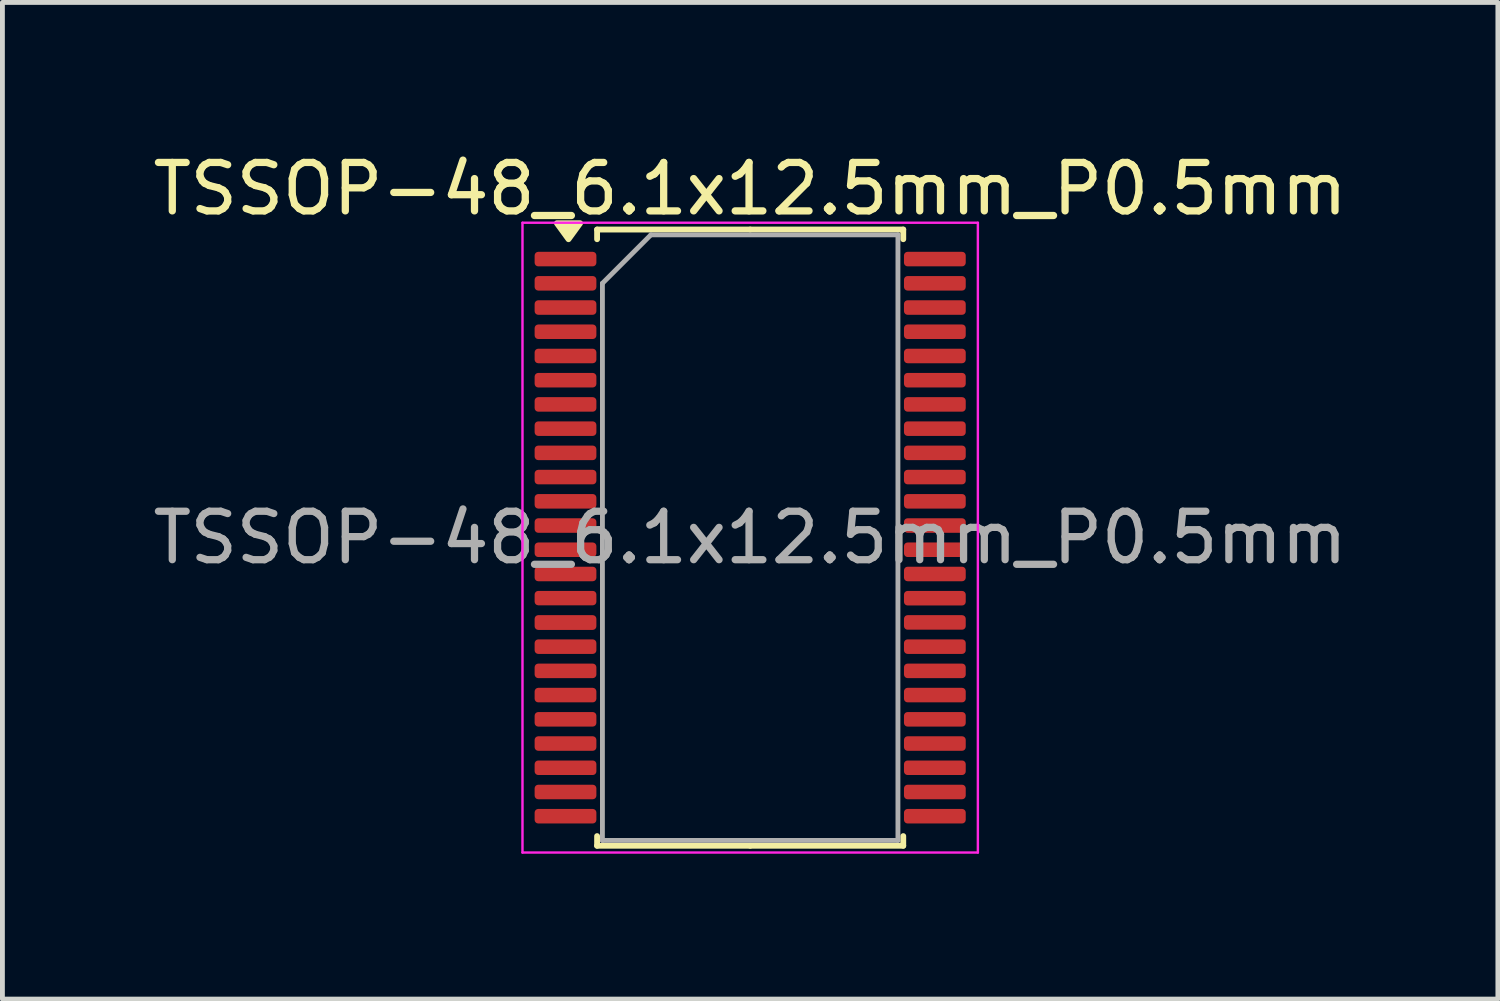
<source format=kicad_pcb>
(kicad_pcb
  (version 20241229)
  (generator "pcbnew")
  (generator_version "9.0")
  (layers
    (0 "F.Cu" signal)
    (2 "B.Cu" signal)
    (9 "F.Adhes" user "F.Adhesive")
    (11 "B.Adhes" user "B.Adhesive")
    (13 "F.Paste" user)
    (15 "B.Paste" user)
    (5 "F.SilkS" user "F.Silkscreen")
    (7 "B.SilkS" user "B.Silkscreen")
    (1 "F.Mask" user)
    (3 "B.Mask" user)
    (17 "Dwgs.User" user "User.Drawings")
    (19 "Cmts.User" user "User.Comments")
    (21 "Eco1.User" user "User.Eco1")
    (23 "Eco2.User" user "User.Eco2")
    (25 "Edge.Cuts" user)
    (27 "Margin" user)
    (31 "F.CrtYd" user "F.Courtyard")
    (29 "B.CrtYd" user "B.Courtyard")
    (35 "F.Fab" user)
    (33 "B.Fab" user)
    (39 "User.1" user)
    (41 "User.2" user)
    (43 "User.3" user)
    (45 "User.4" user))
  (footprint "TSSOP-48_6.1x12.5mm_P0.5mm"
    (layer "F.Cu")
    (at 12.435 8.048)
    (property "Reference" "TSSOP-48_6.1x12.5mm_P0.5mm" (at 0 -7.2 0) (layer "F.SilkS") (effects (font (size 1 1) (thickness 0.15))))
    (attr smd)
    (fp_line (start -3.16 -6.36) (end -3.16 -6.16) (stroke (width 0.12) (type solid)) (layer "F.SilkS"))
    (fp_line (start -3.16 6.36) (end -3.16 6.16) (stroke (width 0.12) (type solid)) (layer "F.SilkS"))
    (fp_line (start 0 -6.36) (end -3.16 -6.36) (stroke (width 0.12) (type solid)) (layer "F.SilkS"))
    (fp_line (start 0 -6.36) (end 3.16 -6.36) (stroke (width 0.12) (type solid)) (layer "F.SilkS"))
    (fp_line (start 0 6.36) (end -3.16 6.36) (stroke (width 0.12) (type solid)) (layer "F.SilkS"))
    (fp_line (start 0 6.36) (end 3.16 6.36) (stroke (width 0.12) (type solid)) (layer "F.SilkS"))
    (fp_line (start 3.16 -6.36) (end 3.16 -6.16) (stroke (width 0.12) (type solid)) (layer "F.SilkS"))
    (fp_line (start 3.16 6.36) (end 3.16 6.16) (stroke (width 0.12) (type solid)) (layer "F.SilkS"))
    (fp_poly (pts (xy -3.75 -6.16) (xy -3.99 -6.49) (xy -3.51 -6.49) (xy -3.75 -6.16)) (stroke (width 0.12) (type solid)) (fill yes) (layer "F.SilkS"))
    (fp_line (start -4.7 -6.5) (end -4.7 6.5) (stroke (width 0.05) (type solid)) (layer "F.CrtYd"))
    (fp_line (start -4.7 6.5) (end 4.7 6.5) (stroke (width 0.05) (type solid)) (layer "F.CrtYd"))
    (fp_line (start 4.7 -6.5) (end -4.7 -6.5) (stroke (width 0.05) (type solid)) (layer "F.CrtYd"))
    (fp_line (start 4.7 6.5) (end 4.7 -6.5) (stroke (width 0.05) (type solid)) (layer "F.CrtYd"))
    (fp_line (start -3.05 -5.25) (end -2.05 -6.25) (stroke (width 0.1) (type solid)) (layer "F.Fab"))
    (fp_line (start -3.05 6.25) (end -3.05 -5.25) (stroke (width 0.1) (type solid)) (layer "F.Fab"))
    (fp_line (start -2.05 -6.25) (end 3.05 -6.25) (stroke (width 0.1) (type solid)) (layer "F.Fab"))
    (fp_line (start 3.05 -6.25) (end 3.05 6.25) (stroke (width 0.1) (type solid)) (layer "F.Fab"))
    (fp_line (start 3.05 6.25) (end -3.05 6.25) (stroke (width 0.1) (type solid)) (layer "F.Fab"))
    (fp_text user "${REFERENCE}" (at 0 0 0) (layer "F.Fab") (effects (font (size 1 1) (thickness 0.15))))
    (pad "1" smd roundrect (at -3.812 -5.75) (size 1.275 0.3) (layers "F.Cu" "F.Mask" "F.Paste") (roundrect_rratio 0.25))
    (pad "2" smd roundrect (at -3.812 -5.25) (size 1.275 0.3) (layers "F.Cu" "F.Mask" "F.Paste") (roundrect_rratio 0.25))
    (pad "3" smd roundrect (at -3.812 -4.75) (size 1.275 0.3) (layers "F.Cu" "F.Mask" "F.Paste") (roundrect_rratio 0.25))
    (pad "4" smd roundrect (at -3.812 -4.25) (size 1.275 0.3) (layers "F.Cu" "F.Mask" "F.Paste") (roundrect_rratio 0.25))
    (pad "5" smd roundrect (at -3.812 -3.75) (size 1.275 0.3) (layers "F.Cu" "F.Mask" "F.Paste") (roundrect_rratio 0.25))
    (pad "6" smd roundrect (at -3.812 -3.25) (size 1.275 0.3) (layers "F.Cu" "F.Mask" "F.Paste") (roundrect_rratio 0.25))
    (pad "7" smd roundrect (at -3.812 -2.75) (size 1.275 0.3) (layers "F.Cu" "F.Mask" "F.Paste") (roundrect_rratio 0.25))
    (pad "8" smd roundrect (at -3.812 -2.25) (size 1.275 0.3) (layers "F.Cu" "F.Mask" "F.Paste") (roundrect_rratio 0.25))
    (pad "9" smd roundrect (at -3.812 -1.75) (size 1.275 0.3) (layers "F.Cu" "F.Mask" "F.Paste") (roundrect_rratio 0.25))
    (pad "10" smd roundrect (at -3.812 -1.25) (size 1.275 0.3) (layers "F.Cu" "F.Mask" "F.Paste") (roundrect_rratio 0.25))
    (pad "11" smd roundrect (at -3.812 -0.75) (size 1.275 0.3) (layers "F.Cu" "F.Mask" "F.Paste") (roundrect_rratio 0.25))
    (pad "12" smd roundrect (at -3.812 -0.25) (size 1.275 0.3) (layers "F.Cu" "F.Mask" "F.Paste") (roundrect_rratio 0.25))
    (pad "13" smd roundrect (at -3.812 0.25) (size 1.275 0.3) (layers "F.Cu" "F.Mask" "F.Paste") (roundrect_rratio 0.25))
    (pad "14" smd roundrect (at -3.812 0.75) (size 1.275 0.3) (layers "F.Cu" "F.Mask" "F.Paste") (roundrect_rratio 0.25))
    (pad "15" smd roundrect (at -3.812 1.248) (size 1.275 0.297) (layers "F.Cu" "F.Mask" "F.Paste") (roundrect_rratio 0.25))
    (pad "16" smd roundrect (at -3.812 1.752) (size 1.275 0.305) (layers "F.Cu" "F.Mask" "F.Paste") (roundrect_rratio 0.25))
    (pad "17" smd roundrect (at -3.812 2.25) (size 1.275 0.3) (layers "F.Cu" "F.Mask" "F.Paste") (roundrect_rratio 0.25))
    (pad "18" smd roundrect (at -3.812 2.75) (size 1.275 0.3) (layers "F.Cu" "F.Mask" "F.Paste") (roundrect_rratio 0.25))
    (pad "19" smd roundrect (at -3.812 3.25) (size 1.275 0.3) (layers "F.Cu" "F.Mask" "F.Paste") (roundrect_rratio 0.25))
    (pad "20" smd roundrect (at -3.812 3.75) (size 1.275 0.3) (layers "F.Cu" "F.Mask" "F.Paste") (roundrect_rratio 0.25))
    (pad "21" smd roundrect (at -3.812 4.25) (size 1.275 0.3) (layers "F.Cu" "F.Mask" "F.Paste") (roundrect_rratio 0.25))
    (pad "22" smd roundrect (at -3.812 4.75) (size 1.275 0.3) (layers "F.Cu" "F.Mask" "F.Paste") (roundrect_rratio 0.25))
    (pad "23" smd roundrect (at -3.812 5.25) (size 1.275 0.3) (layers "F.Cu" "F.Mask" "F.Paste") (roundrect_rratio 0.25))
    (pad "24" smd roundrect (at -3.812 5.75) (size 1.275 0.3) (layers "F.Cu" "F.Mask" "F.Paste") (roundrect_rratio 0.25))
    (pad "25" smd roundrect (at 3.812 5.75) (size 1.275 0.3) (layers "F.Cu" "F.Mask" "F.Paste") (roundrect_rratio 0.25))
    (pad "26" smd roundrect (at 3.812 5.25) (size 1.275 0.3) (layers "F.Cu" "F.Mask" "F.Paste") (roundrect_rratio 0.25))
    (pad "27" smd roundrect (at 3.812 4.75) (size 1.275 0.3) (layers "F.Cu" "F.Mask" "F.Paste") (roundrect_rratio 0.25))
    (pad "28" smd roundrect (at 3.812 4.25) (size 1.275 0.3) (layers "F.Cu" "F.Mask" "F.Paste") (roundrect_rratio 0.25))
    (pad "29" smd roundrect (at 3.812 3.75) (size 1.275 0.3) (layers "F.Cu" "F.Mask" "F.Paste") (roundrect_rratio 0.25))
    (pad "30" smd roundrect (at 3.812 3.25) (size 1.275 0.3) (layers "F.Cu" "F.Mask" "F.Paste") (roundrect_rratio 0.25))
    (pad "31" smd roundrect (at 3.812 2.75) (size 1.275 0.3) (layers "F.Cu" "F.Mask" "F.Paste") (roundrect_rratio 0.25))
    (pad "32" smd roundrect (at 3.812 2.25) (size 1.275 0.3) (layers "F.Cu" "F.Mask" "F.Paste") (roundrect_rratio 0.25))
    (pad "33" smd roundrect (at 3.812 1.75) (size 1.275 0.3) (layers "F.Cu" "F.Mask" "F.Paste") (roundrect_rratio 0.25))
    (pad "34" smd roundrect (at 3.812 1.25) (size 1.275 0.3) (layers "F.Cu" "F.Mask" "F.Paste") (roundrect_rratio 0.25))
    (pad "35" smd roundrect (at 3.812 0.75) (size 1.275 0.3) (layers "F.Cu" "F.Mask" "F.Paste") (roundrect_rratio 0.25))
    (pad "36" smd roundrect (at 3.812 0.25) (size 1.275 0.3) (layers "F.Cu" "F.Mask" "F.Paste") (roundrect_rratio 0.25))
    (pad "37" smd roundrect (at 3.812 -0.25) (size 1.275 0.3) (layers "F.Cu" "F.Mask" "F.Paste") (roundrect_rratio 0.25))
    (pad "38" smd roundrect (at 3.812 -0.75) (size 1.275 0.3) (layers "F.Cu" "F.Mask" "F.Paste") (roundrect_rratio 0.25))
    (pad "39" smd roundrect (at 3.812 -1.25) (size 1.275 0.3) (layers "F.Cu" "F.Mask" "F.Paste") (roundrect_rratio 0.25))
    (pad "40" smd roundrect (at 3.812 -1.75) (size 1.275 0.3) (layers "F.Cu" "F.Mask" "F.Paste") (roundrect_rratio 0.25))
    (pad "41" smd roundrect (at 3.812 -2.25) (size 1.275 0.3) (layers "F.Cu" "F.Mask" "F.Paste") (roundrect_rratio 0.25))
    (pad "42" smd roundrect (at 3.812 -2.75) (size 1.275 0.3) (layers "F.Cu" "F.Mask" "F.Paste") (roundrect_rratio 0.25))
    (pad "43" smd roundrect (at 3.812 -3.25) (size 1.275 0.3) (layers "F.Cu" "F.Mask" "F.Paste") (roundrect_rratio 0.25))
    (pad "44" smd roundrect (at 3.812 -3.75) (size 1.275 0.3) (layers "F.Cu" "F.Mask" "F.Paste") (roundrect_rratio 0.25))
    (pad "45" smd roundrect (at 3.812 -4.25) (size 1.275 0.3) (layers "F.Cu" "F.Mask" "F.Paste") (roundrect_rratio 0.25))
    (pad "46" smd roundrect (at 3.812 -4.75) (size 1.275 0.3) (layers "F.Cu" "F.Mask" "F.Paste") (roundrect_rratio 0.25))
    (pad "47" smd roundrect (at 3.812 -5.25) (size 1.275 0.3) (layers "F.Cu" "F.Mask" "F.Paste") (roundrect_rratio 0.25))
    (pad "48" smd roundrect (at 3.812 -5.75) (size 1.275 0.3) (layers "F.Cu" "F.Mask" "F.Paste") (roundrect_rratio 0.25)))
  (gr_rect
    (start -3 -3)
    (end 27.869 17.573)
    (stroke (width 0.1) (type default))
    (fill no)
    (layer "Edge.Cuts")))
</source>
